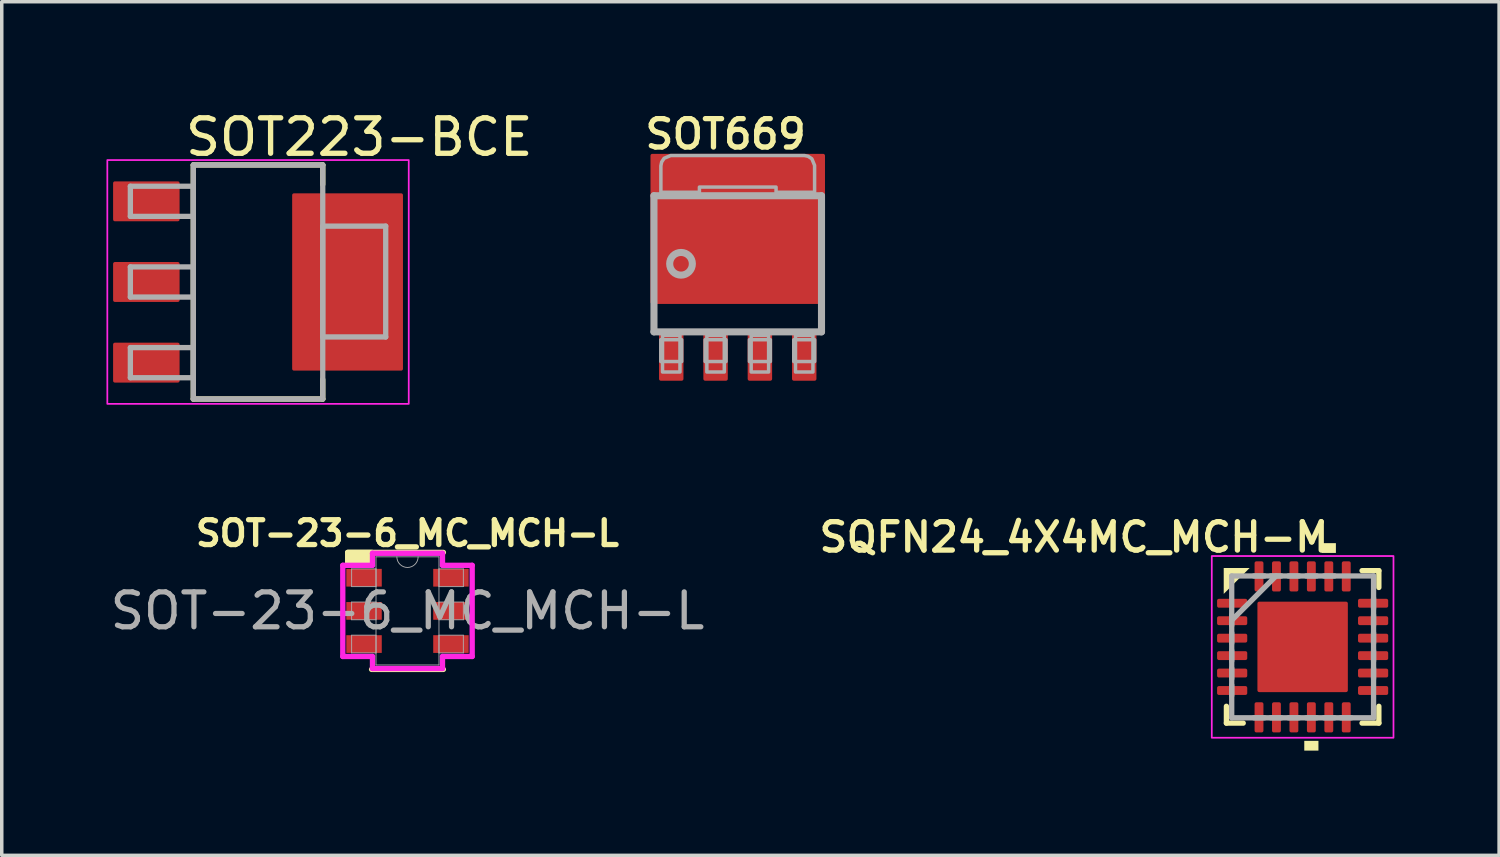
<source format=kicad_pcb>
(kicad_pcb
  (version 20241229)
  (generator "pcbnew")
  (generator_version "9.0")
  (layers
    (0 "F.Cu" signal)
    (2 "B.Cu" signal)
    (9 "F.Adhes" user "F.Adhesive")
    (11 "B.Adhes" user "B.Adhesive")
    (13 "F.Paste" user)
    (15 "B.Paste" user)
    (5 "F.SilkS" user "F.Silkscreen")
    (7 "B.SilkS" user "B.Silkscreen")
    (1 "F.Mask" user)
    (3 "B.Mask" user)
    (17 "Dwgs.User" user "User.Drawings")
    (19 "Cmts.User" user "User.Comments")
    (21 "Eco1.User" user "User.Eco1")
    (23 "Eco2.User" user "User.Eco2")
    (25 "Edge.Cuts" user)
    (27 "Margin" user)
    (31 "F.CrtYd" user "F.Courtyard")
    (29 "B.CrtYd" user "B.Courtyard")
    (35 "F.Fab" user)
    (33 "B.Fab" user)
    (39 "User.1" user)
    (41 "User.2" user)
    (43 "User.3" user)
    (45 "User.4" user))
  (footprint "SOT223-BCE"
    (layer "F.Cu")
    (at 4.343 5.029)
    (property "Reference" "SOT223-BCE" (at -2.159 -3.556 0) (layer "F.SilkS") (effects (font (size 1.016 1.016) (thickness 0.152)) (justify left bottom)))
    (attr smd)
    (fp_line (start -1.854 -3.353) (end -1.854 3.353) (stroke (width 0.152) (type solid)) (layer "F.SilkS"))
    (fp_line (start -1.854 3.353) (end 1.854 3.353) (stroke (width 0.152) (type solid)) (layer "F.SilkS"))
    (fp_line (start 1.854 -3.353) (end -1.854 -3.353) (stroke (width 0.152) (type solid)) (layer "F.SilkS"))
    (fp_line (start 1.854 -3.353) (end 1.854 -2.794) (stroke (width 0.152) (type solid)) (layer "F.SilkS"))
    (fp_line (start 1.854 2.794) (end 1.854 3.353) (stroke (width 0.152) (type solid)) (layer "F.SilkS"))
    (fp_rect (start -4.318 -3.493) (end 4.318 3.493) (stroke (width 0.05) (type default)) (fill no) (layer "F.CrtYd"))
    (fp_line (start -3.658 -2.743) (end -3.658 -1.88) (stroke (width 0.152) (type solid)) (layer "F.Fab"))
    (fp_line (start -3.658 -1.88) (end -1.854 -1.88) (stroke (width 0.152) (type solid)) (layer "F.Fab"))
    (fp_line (start -3.658 -0.432) (end -3.658 0.432) (stroke (width 0.152) (type solid)) (layer "F.Fab"))
    (fp_line (start -3.658 0.432) (end -1.854 0.432) (stroke (width 0.152) (type solid)) (layer "F.Fab"))
    (fp_line (start -3.658 1.88) (end -3.658 2.743) (stroke (width 0.152) (type solid)) (layer "F.Fab"))
    (fp_line (start -3.658 2.743) (end -1.854 2.743) (stroke (width 0.152) (type solid)) (layer "F.Fab"))
    (fp_line (start -1.854 -3.353) (end -1.854 3.353) (stroke (width 0.152) (type solid)) (layer "F.Fab"))
    (fp_line (start -1.854 -2.743) (end -3.658 -2.743) (stroke (width 0.152) (type solid)) (layer "F.Fab"))
    (fp_line (start -1.854 -1.88) (end -1.854 -2.743) (stroke (width 0.152) (type solid)) (layer "F.Fab"))
    (fp_line (start -1.854 -0.432) (end -3.658 -0.432) (stroke (width 0.152) (type solid)) (layer "F.Fab"))
    (fp_line (start -1.854 0.432) (end -1.854 -0.432) (stroke (width 0.152) (type solid)) (layer "F.Fab"))
    (fp_line (start -1.854 1.88) (end -3.658 1.88) (stroke (width 0.152) (type solid)) (layer "F.Fab"))
    (fp_line (start -1.854 2.743) (end -1.854 1.88) (stroke (width 0.152) (type solid)) (layer "F.Fab"))
    (fp_line (start -1.854 3.353) (end 1.854 3.353) (stroke (width 0.152) (type solid)) (layer "F.Fab"))
    (fp_line (start 1.854 -3.353) (end -1.854 -3.353) (stroke (width 0.152) (type solid)) (layer "F.Fab"))
    (fp_line (start 1.854 -1.6) (end 1.854 -3.353) (stroke (width 0.152) (type solid)) (layer "F.Fab"))
    (fp_line (start 1.854 -1.6) (end 3.658 -1.6) (stroke (width 0.152) (type solid)) (layer "F.Fab"))
    (fp_line (start 1.854 -1.575) (end 1.854 1.575) (stroke (width 0.152) (type solid)) (layer "F.Fab"))
    (fp_line (start 1.854 1.575) (end 3.658 1.575) (stroke (width 0.152) (type solid)) (layer "F.Fab"))
    (fp_line (start 1.854 3.353) (end 1.854 -1.6) (stroke (width 0.152) (type solid)) (layer "F.Fab"))
    (fp_line (start 3.658 1.575) (end 3.658 -1.6) (stroke (width 0.152) (type solid)) (layer "F.Fab"))
    (pad "B" smd roundrect (at -3.2 -2.311) (size 1.905 1.143) (layers "F.Cu" "F.Mask" "F.Paste") (roundrect_rratio 0.044))
    (pad "C" smd roundrect (at -3.2 0) (size 1.905 1.143) (layers "F.Cu" "F.Mask" "F.Paste") (roundrect_rratio 0.044))
    (pad "C" smd roundrect (at 2.565 0) (size 3.175 5.08) (layers "F.Cu" "F.Mask" "F.Paste") (roundrect_rratio 0.016))
    (pad "E" smd roundrect (at -3.2 2.311) (size 1.905 1.143) (layers "F.Cu" "F.Mask" "F.Paste") (roundrect_rratio 0.044)))
  (footprint "SOT669"
    (layer "F.Cu")
    (at 18.087 4.508)
    (property "Reference" "SOT669" (at -2.731 -3.239 0) (layer "F.SilkS") (effects (font (size 0.813 0.813) (thickness 0.152) (bold yes)) (justify left bottom)))
    (attr smd)
    (fp_line (start -2.4 1.753) (end -2.4 1.346) (stroke (width 0.152) (type solid)) (layer "F.SilkS"))
    (fp_line (start 2.4 1.346) (end 2.4 1.753) (stroke (width 0.152) (type solid)) (layer "F.SilkS"))
    (fp_poly (pts (xy -2.4 -2.05) (xy 2.425 -2.05) (xy 2.425 -3.1) (xy -2.4 -3.1)) (stroke (width 0) (type default)) (fill yes) (layer "F.Paste"))
    (fp_poly (pts (xy -1.575 1.025) (xy 1.575 1.025) (xy 1.575 -2.075) (xy -1.575 -2.075)) (stroke (width 0) (type default)) (fill yes) (layer "F.Paste"))
    (fp_line (start -2.4 -1.95) (end 2.4 -1.95) (stroke (width 0.203) (type solid)) (layer "F.Fab"))
    (fp_line (start -2.4 1.95) (end -2.4 -1.95) (stroke (width 0.203) (type solid)) (layer "F.Fab"))
    (fp_line (start 2.4 -1.95) (end 2.4 1.95) (stroke (width 0.203) (type solid)) (layer "F.Fab"))
    (fp_line (start 2.4 1.95) (end -2.4 1.95) (stroke (width 0.203) (type solid)) (layer "F.Fab"))
    (fp_circle (center -1.625 0) (end -1.3 0) (stroke (width 0.203) (type solid)) (fill no) (layer "F.Fab"))
    (fp_poly (pts (xy -2.205 2.8) (xy -1.605 2.8) (xy -1.605 2.175) (xy -2.205 2.175)) (stroke (width 0.1) (type default)) (fill no) (layer "F.Fab"))
    (fp_poly (pts (xy -2.155 3.1) (xy -1.655 3.1) (xy -1.655 2.05) (xy -2.155 2.05)) (stroke (width 0.1) (type default)) (fill no) (layer "F.Fab"))
    (fp_poly (pts (xy -0.935 2.8) (xy -0.335 2.8) (xy -0.335 2.175) (xy -0.935 2.175)) (stroke (width 0.1) (type default)) (fill no) (layer "F.Fab"))
    (fp_poly (pts (xy -0.885 3.1) (xy -0.385 3.1) (xy -0.385 2.05) (xy -0.885 2.05)) (stroke (width 0.1) (type default)) (fill no) (layer "F.Fab"))
    (fp_poly (pts (xy 0.335 2.8) (xy 0.935 2.8) (xy 0.935 2.175) (xy 0.335 2.175)) (stroke (width 0.1) (type default)) (fill no) (layer "F.Fab"))
    (fp_poly (pts (xy 0.385 3.1) (xy 0.885 3.1) (xy 0.885 2.05) (xy 0.385 2.05)) (stroke (width 0.1) (type default)) (fill no) (layer "F.Fab"))
    (fp_poly (pts (xy 1.605 2.8) (xy 2.205 2.8) (xy 2.205 2.175) (xy 1.605 2.175)) (stroke (width 0.1) (type default)) (fill no) (layer "F.Fab"))
    (fp_poly (pts (xy 1.655 3.1) (xy 2.155 3.1) (xy 2.155 2.05) (xy 1.655 2.05)) (stroke (width 0.1) (type default)) (fill no) (layer "F.Fab"))
    (fp_poly (pts (xy 2.016 -3.08) (xy 2.123 -3.009) (xy 2.202 -2.82) (xy 2.202 -2.048) (xy 1.098 -2.048) (xy 1.098 -2.198) (xy -1.098 -2.198) (xy -1.098 -2.048) (xy -2.202 -2.048) (xy -2.202 -2.81) (xy -2.18 -2.916) (xy -2.109 -3.023) (xy -1.92 -3.102) (xy 1.91 -3.102)) (stroke (width 0.1) (type default)) (fill no) (layer "F.Fab"))
    (pad "1" smd roundrect (at -1.905 2.65) (size 0.7 1.4) (layers "F.Cu" "F.Mask" "F.Paste") (roundrect_rratio 0.073))
    (pad "2" smd roundrect (at -0.635 2.65) (size 0.7 1.4) (layers "F.Cu" "F.Mask" "F.Paste") (roundrect_rratio 0.073))
    (pad "3" smd roundrect (at 0.635 2.65) (size 0.7 1.4) (layers "F.Cu" "F.Mask" "F.Paste") (roundrect_rratio 0.073))
    (pad "4" smd roundrect (at 1.905 2.65) (size 0.7 1.4) (layers "F.Cu" "F.Mask" "F.Paste") (roundrect_rratio 0.073))
    (pad "MB" smd roundrect (at 0 -1) (size 5 4.3) (layers "F.Cu" "F.Mask") (roundrect_rratio 0.012)))
  (footprint "SOT-23-6_MC_MCH-L"
    (layer "F.Cu")
    (at 8.625 14.453)
    (property "Reference" "SOT-23-6_MC_MCH-L" (at 0 -2.223 0) (unlocked yes) (layer "F.SilkS") (effects (font (size 0.711 0.711) (thickness 0.152) (bold yes))))
    (attr smd)
    (fp_line (start -1.029 1.676) (end 1.029 1.676) (stroke (width 0.152) (type solid)) (layer "F.SilkS"))
    (fp_line (start 1.029 -1.676) (end -1.714 -1.676) (stroke (width 0.152) (type solid)) (layer "F.SilkS"))
    (fp_rect (start -1.714 -1.676) (end -1.016 -1.333) (stroke (width 0.152) (type solid)) (fill yes) (layer "F.SilkS"))
    (fp_line (start -1.854 -1.306) (end -1.003 -1.306) (stroke (width 0.152) (type solid)) (layer "F.CrtYd"))
    (fp_line (start -1.854 1.306) (end -1.854 -1.306) (stroke (width 0.152) (type solid)) (layer "F.CrtYd"))
    (fp_line (start -1.854 1.306) (end -1.003 1.306) (stroke (width 0.152) (type solid)) (layer "F.CrtYd"))
    (fp_line (start -1.003 -1.651) (end 1.003 -1.651) (stroke (width 0.152) (type solid)) (layer "F.CrtYd"))
    (fp_line (start -1.003 -1.306) (end -1.003 -1.651) (stroke (width 0.152) (type solid)) (layer "F.CrtYd"))
    (fp_line (start -1.003 1.651) (end -1.003 1.306) (stroke (width 0.152) (type solid)) (layer "F.CrtYd"))
    (fp_line (start 1.003 -1.651) (end 1.003 -1.306) (stroke (width 0.152) (type solid)) (layer "F.CrtYd"))
    (fp_line (start 1.003 1.306) (end 1.003 1.651) (stroke (width 0.152) (type solid)) (layer "F.CrtYd"))
    (fp_line (start 1.003 1.651) (end -1.003 1.651) (stroke (width 0.152) (type solid)) (layer "F.CrtYd"))
    (fp_line (start 1.854 -1.306) (end 1.003 -1.306) (stroke (width 0.152) (type solid)) (layer "F.CrtYd"))
    (fp_line (start 1.854 -1.306) (end 1.854 1.306) (stroke (width 0.152) (type solid)) (layer "F.CrtYd"))
    (fp_line (start 1.854 1.306) (end 1.003 1.306) (stroke (width 0.152) (type solid)) (layer "F.CrtYd"))
    (fp_line (start -1.6 -1.204) (end -1.6 -0.696) (stroke (width 0.025) (type solid)) (layer "F.Fab"))
    (fp_line (start -1.6 -0.696) (end -0.902 -0.696) (stroke (width 0.025) (type solid)) (layer "F.Fab"))
    (fp_line (start -1.6 -0.254) (end -1.6 0.254) (stroke (width 0.025) (type solid)) (layer "F.Fab"))
    (fp_line (start -1.6 0.254) (end -0.902 0.254) (stroke (width 0.025) (type solid)) (layer "F.Fab"))
    (fp_line (start -1.6 0.696) (end -1.6 1.204) (stroke (width 0.025) (type solid)) (layer "F.Fab"))
    (fp_line (start -1.6 1.204) (end -0.902 1.204) (stroke (width 0.025) (type solid)) (layer "F.Fab"))
    (fp_line (start -0.902 -1.549) (end -0.902 1.549) (stroke (width 0.025) (type solid)) (layer "F.Fab"))
    (fp_line (start -0.902 -1.204) (end -1.6 -1.204) (stroke (width 0.025) (type solid)) (layer "F.Fab"))
    (fp_line (start -0.902 -0.696) (end -0.902 -1.204) (stroke (width 0.025) (type solid)) (layer "F.Fab"))
    (fp_line (start -0.902 -0.254) (end -1.6 -0.254) (stroke (width 0.025) (type solid)) (layer "F.Fab"))
    (fp_line (start -0.902 0.254) (end -0.902 -0.254) (stroke (width 0.025) (type solid)) (layer "F.Fab"))
    (fp_line (start -0.902 0.696) (end -1.6 0.696) (stroke (width 0.025) (type solid)) (layer "F.Fab"))
    (fp_line (start -0.902 1.204) (end -0.902 0.696) (stroke (width 0.025) (type solid)) (layer "F.Fab"))
    (fp_line (start -0.902 1.549) (end 0.902 1.549) (stroke (width 0.025) (type solid)) (layer "F.Fab"))
    (fp_line (start 0.902 -1.549) (end -0.902 -1.549) (stroke (width 0.025) (type solid)) (layer "F.Fab"))
    (fp_line (start 0.902 -1.204) (end 0.902 -0.696) (stroke (width 0.025) (type solid)) (layer "F.Fab"))
    (fp_line (start 0.902 -0.696) (end 1.6 -0.696) (stroke (width 0.025) (type solid)) (layer "F.Fab"))
    (fp_line (start 0.902 -0.254) (end 0.902 0.254) (stroke (width 0.025) (type solid)) (layer "F.Fab"))
    (fp_line (start 0.902 0.254) (end 1.6 0.254) (stroke (width 0.025) (type solid)) (layer "F.Fab"))
    (fp_line (start 0.902 0.696) (end 0.902 1.204) (stroke (width 0.025) (type solid)) (layer "F.Fab"))
    (fp_line (start 0.902 1.204) (end 1.6 1.204) (stroke (width 0.025) (type solid)) (layer "F.Fab"))
    (fp_line (start 0.902 1.549) (end 0.902 -1.549) (stroke (width 0.025) (type solid)) (layer "F.Fab"))
    (fp_line (start 1.6 -1.204) (end 0.902 -1.204) (stroke (width 0.025) (type solid)) (layer "F.Fab"))
    (fp_line (start 1.6 -0.696) (end 1.6 -1.204) (stroke (width 0.025) (type solid)) (layer "F.Fab"))
    (fp_line (start 1.6 -0.254) (end 0.902 -0.254) (stroke (width 0.025) (type solid)) (layer "F.Fab"))
    (fp_line (start 1.6 0.254) (end 1.6 -0.254) (stroke (width 0.025) (type solid)) (layer "F.Fab"))
    (fp_line (start 1.6 0.696) (end 0.902 0.696) (stroke (width 0.025) (type solid)) (layer "F.Fab"))
    (fp_line (start 1.6 1.204) (end 1.6 0.696) (stroke (width 0.025) (type solid)) (layer "F.Fab"))
    (fp_arc (start 0.3048 -1.5494) (mid 0 -1.2446) (end -0.3048 -1.5494) (stroke (width 0.0254) (type solid)) (layer "F.Fab"))
    (fp_text user "${REFERENCE}" (at 0 0 0) (unlocked yes) (layer "F.Fab") (effects (font (size 1 1) (thickness 0.15))))
    (pad "1" smd rect (at -1.245 -0.95) (size 1.016 0.508) (layers "F.Cu" "F.Mask" "F.Paste"))
    (pad "2" smd rect (at -1.245 0) (size 1.016 0.508) (layers "F.Cu" "F.Mask" "F.Paste"))
    (pad "3" smd rect (at -1.245 0.95) (size 1.016 0.508) (layers "F.Cu" "F.Mask" "F.Paste"))
    (pad "4" smd rect (at 1.245 0.95) (size 1.016 0.508) (layers "F.Cu" "F.Mask" "F.Paste"))
    (pad "5" smd rect (at 1.245 0) (size 1.016 0.508) (layers "F.Cu" "F.Mask" "F.Paste"))
    (pad "6" smd rect (at 1.245 -0.95) (size 1.016 0.508) (layers "F.Cu" "F.Mask" "F.Paste")))
  (footprint "SQFN24_4X4MC_MCH-M"
    (layer "F.Cu")
    (at 34.272 15.484)
    (property "Reference" "SQFN24_4X4MC_MCH-M" (at 0.826 -2.667 180) (layer "F.SilkS") (effects (font (size 0.813 0.813) (thickness 0.152)) (justify right bottom)))
    (attr smd)
    (fp_line (start -2.184 1.702) (end -2.184 2.184) (stroke (width 0.152) (type solid)) (layer "F.SilkS"))
    (fp_line (start -2.184 2.184) (end -1.702 2.184) (stroke (width 0.152) (type solid)) (layer "F.SilkS"))
    (fp_line (start 1.702 2.184) (end 2.184 2.184) (stroke (width 0.152) (type solid)) (layer "F.SilkS"))
    (fp_line (start 2.184 -2.184) (end 1.702 -2.184) (stroke (width 0.152) (type solid)) (layer "F.SilkS"))
    (fp_line (start 2.184 -1.702) (end 2.184 -2.184) (stroke (width 0.152) (type solid)) (layer "F.SilkS"))
    (fp_line (start 2.184 2.184) (end 2.184 1.702) (stroke (width 0.152) (type solid)) (layer "F.SilkS"))
    (fp_poly (pts (xy -2.261 -1.518) (xy -2.261 -2.261) (xy -1.518 -2.261)) (stroke (width 0) (type default)) (fill yes) (layer "F.SilkS"))
    (fp_poly (pts (xy 0.453 2.972) (xy 0.047 2.972) (xy 0.047 2.692) (xy 0.453 2.692)) (stroke (width 0) (type default)) (fill yes) (layer "F.SilkS"))
    (fp_poly (pts (xy 0.953 -2.692) (xy 0.547 -2.692) (xy 0.547 -2.972) (xy 0.953 -2.972)) (stroke (width 0) (type default)) (fill yes) (layer "F.SilkS"))
    (fp_poly (pts (xy -0.087 -0.087) (xy -1.208 -0.087) (xy -1.208 -1.208) (xy -0.087 -1.208)) (stroke (width 0) (type default)) (fill yes) (layer "F.Paste"))
    (fp_poly (pts (xy -0.087 1.208) (xy -1.208 1.208) (xy -1.208 0.087) (xy -0.087 0.087)) (stroke (width 0) (type default)) (fill yes) (layer "F.Paste"))
    (fp_poly (pts (xy 1.208 -0.087) (xy 0.087 -0.087) (xy 0.087 -1.208) (xy 1.208 -1.208)) (stroke (width 0) (type default)) (fill yes) (layer "F.Paste"))
    (fp_poly (pts (xy 1.208 1.208) (xy 0.087 1.208) (xy 0.087 0.087) (xy 1.208 0.087)) (stroke (width 0) (type default)) (fill yes) (layer "F.Paste"))
    (fp_rect (start -2.603 -2.603) (end 2.603 2.603) (stroke (width 0.05) (type default)) (fill no) (layer "F.CrtYd"))
    (fp_line (start -2.032 -2.032) (end -2.032 2.032) (stroke (width 0.152) (type solid)) (layer "F.Fab"))
    (fp_line (start -2.032 -0.914) (end -2.032 -0.61) (stroke (width 0.152) (type solid)) (layer "F.Fab"))
    (fp_line (start -2.032 -0.762) (end -0.762 -2.032) (stroke (width 0.152) (type solid)) (layer "F.Fab"))
    (fp_line (start -2.032 -0.406) (end -2.032 -0.102) (stroke (width 0.152) (type solid)) (layer "F.Fab"))
    (fp_line (start -2.032 0.102) (end -2.032 0.406) (stroke (width 0.152) (type solid)) (layer "F.Fab"))
    (fp_line (start -2.032 0.61) (end -2.032 0.914) (stroke (width 0.152) (type solid)) (layer "F.Fab"))
    (fp_line (start -2.032 1.092) (end -2.032 1.397) (stroke (width 0.152) (type solid)) (layer "F.Fab"))
    (fp_line (start -2.032 2.032) (end 2.032 2.032) (stroke (width 0.152) (type solid)) (layer "F.Fab"))
    (fp_line (start -1.397 2.032) (end -1.092 2.032) (stroke (width 0.152) (type solid)) (layer "F.Fab"))
    (fp_line (start -1.092 -2.032) (end -1.397 -2.032) (stroke (width 0.152) (type solid)) (layer "F.Fab"))
    (fp_line (start -0.914 2.032) (end -0.61 2.032) (stroke (width 0.152) (type solid)) (layer "F.Fab"))
    (fp_line (start -0.61 -2.032) (end -0.914 -2.032) (stroke (width 0.152) (type solid)) (layer "F.Fab"))
    (fp_line (start -0.406 2.032) (end -0.102 2.032) (stroke (width 0.152) (type solid)) (layer "F.Fab"))
    (fp_line (start -0.102 -2.032) (end -0.406 -2.032) (stroke (width 0.152) (type solid)) (layer "F.Fab"))
    (fp_line (start 0.102 2.032) (end 0.406 2.032) (stroke (width 0.152) (type solid)) (layer "F.Fab"))
    (fp_line (start 0.406 -2.032) (end 0.102 -2.032) (stroke (width 0.152) (type solid)) (layer "F.Fab"))
    (fp_line (start 0.61 2.032) (end 0.914 2.032) (stroke (width 0.152) (type solid)) (layer "F.Fab"))
    (fp_line (start 0.914 -2.032) (end 0.61 -2.032) (stroke (width 0.152) (type solid)) (layer "F.Fab"))
    (fp_line (start 1.092 2.032) (end 1.397 2.032) (stroke (width 0.152) (type solid)) (layer "F.Fab"))
    (fp_line (start 2.032 -2.032) (end -2.032 -2.032) (stroke (width 0.152) (type solid)) (layer "F.Fab"))
    (fp_line (start 2.032 -1.092) (end 2.032 -1.397) (stroke (width 0.152) (type solid)) (layer "F.Fab"))
    (fp_line (start 2.032 -0.61) (end 2.032 -0.914) (stroke (width 0.152) (type solid)) (layer "F.Fab"))
    (fp_line (start 2.032 -0.102) (end 2.032 -0.406) (stroke (width 0.152) (type solid)) (layer "F.Fab"))
    (fp_line (start 2.032 0.406) (end 2.032 0.102) (stroke (width 0.152) (type solid)) (layer "F.Fab"))
    (fp_line (start 2.032 0.914) (end 2.032 0.61) (stroke (width 0.152) (type solid)) (layer "F.Fab"))
    (fp_line (start 2.032 2.032) (end 2.032 -2.032) (stroke (width 0.152) (type solid)) (layer "F.Fab"))
    (pad "1" smd roundrect (at -2.019 -1.25 270) (size 0.254 0.864) (layers "F.Cu" "F.Mask" "F.Paste") (roundrect_rratio 0.2))
    (pad "2" smd roundrect (at -2.019 -0.75 270) (size 0.254 0.864) (layers "F.Cu" "F.Mask" "F.Paste") (roundrect_rratio 0.2))
    (pad "3" smd roundrect (at -2.019 -0.25 270) (size 0.254 0.864) (layers "F.Cu" "F.Mask" "F.Paste") (roundrect_rratio 0.2))
    (pad "4" smd roundrect (at -2.019 0.25 270) (size 0.254 0.864) (layers "F.Cu" "F.Mask" "F.Paste") (roundrect_rratio 0.2))
    (pad "5" smd roundrect (at -2.019 0.75 270) (size 0.254 0.864) (layers "F.Cu" "F.Mask" "F.Paste") (roundrect_rratio 0.2))
    (pad "6" smd roundrect (at -2.019 1.25 270) (size 0.254 0.864) (layers "F.Cu" "F.Mask" "F.Paste") (roundrect_rratio 0.2))
    (pad "7" smd roundrect (at -1.25 2.019 180) (size 0.254 0.864) (layers "F.Cu" "F.Mask" "F.Paste") (roundrect_rratio 0.2))
    (pad "8" smd roundrect (at -0.75 2.019 180) (size 0.254 0.864) (layers "F.Cu" "F.Mask" "F.Paste") (roundrect_rratio 0.2))
    (pad "9" smd roundrect (at -0.25 2.019 180) (size 0.254 0.864) (layers "F.Cu" "F.Mask" "F.Paste") (roundrect_rratio 0.2))
    (pad "10" smd roundrect (at 0.25 2.019 180) (size 0.254 0.864) (layers "F.Cu" "F.Mask" "F.Paste") (roundrect_rratio 0.2))
    (pad "11" smd roundrect (at 0.75 2.019 180) (size 0.254 0.864) (layers "F.Cu" "F.Mask" "F.Paste") (roundrect_rratio 0.2))
    (pad "12" smd roundrect (at 1.25 2.019 180) (size 0.254 0.864) (layers "F.Cu" "F.Mask" "F.Paste") (roundrect_rratio 0.2))
    (pad "13" smd roundrect (at 2.019 1.25 270) (size 0.254 0.864) (layers "F.Cu" "F.Mask" "F.Paste") (roundrect_rratio 0.2))
    (pad "14" smd roundrect (at 2.019 0.75 270) (size 0.254 0.864) (layers "F.Cu" "F.Mask" "F.Paste") (roundrect_rratio 0.2))
    (pad "15" smd roundrect (at 2.019 0.25 270) (size 0.254 0.864) (layers "F.Cu" "F.Mask" "F.Paste") (roundrect_rratio 0.2))
    (pad "16" smd roundrect (at 2.019 -0.25 270) (size 0.254 0.864) (layers "F.Cu" "F.Mask" "F.Paste") (roundrect_rratio 0.2))
    (pad "17" smd roundrect (at 2.019 -0.75 270) (size 0.254 0.864) (layers "F.Cu" "F.Mask" "F.Paste") (roundrect_rratio 0.2))
    (pad "18" smd roundrect (at 2.019 -1.25 270) (size 0.254 0.864) (layers "F.Cu" "F.Mask" "F.Paste") (roundrect_rratio 0.2))
    (pad "19" smd roundrect (at 1.25 -2.019 180) (size 0.254 0.864) (layers "F.Cu" "F.Mask" "F.Paste") (roundrect_rratio 0.2))
    (pad "20" smd roundrect (at 0.75 -2.019 180) (size 0.254 0.864) (layers "F.Cu" "F.Mask" "F.Paste") (roundrect_rratio 0.2))
    (pad "21" smd roundrect (at 0.25 -2.019 180) (size 0.254 0.864) (layers "F.Cu" "F.Mask" "F.Paste") (roundrect_rratio 0.2))
    (pad "22" smd roundrect (at -0.25 -2.019 180) (size 0.254 0.864) (layers "F.Cu" "F.Mask" "F.Paste") (roundrect_rratio 0.2))
    (pad "23" smd roundrect (at -0.75 -2.019 180) (size 0.254 0.864) (layers "F.Cu" "F.Mask" "F.Paste") (roundrect_rratio 0.2))
    (pad "24" smd roundrect (at -1.25 -2.019 180) (size 0.254 0.864) (layers "F.Cu" "F.Mask" "F.Paste") (roundrect_rratio 0.2))
    (pad "25" smd roundrect (at 0 0) (size 2.591 2.591) (layers "F.Cu" "F.Mask") (roundrect_rratio 0.02)))
  (gr_rect
    (start -3 -3)
    (end 39.901 21.456)
    (stroke (width 0.1) (type default))
    (fill no)
    (layer "Edge.Cuts")))
</source>
